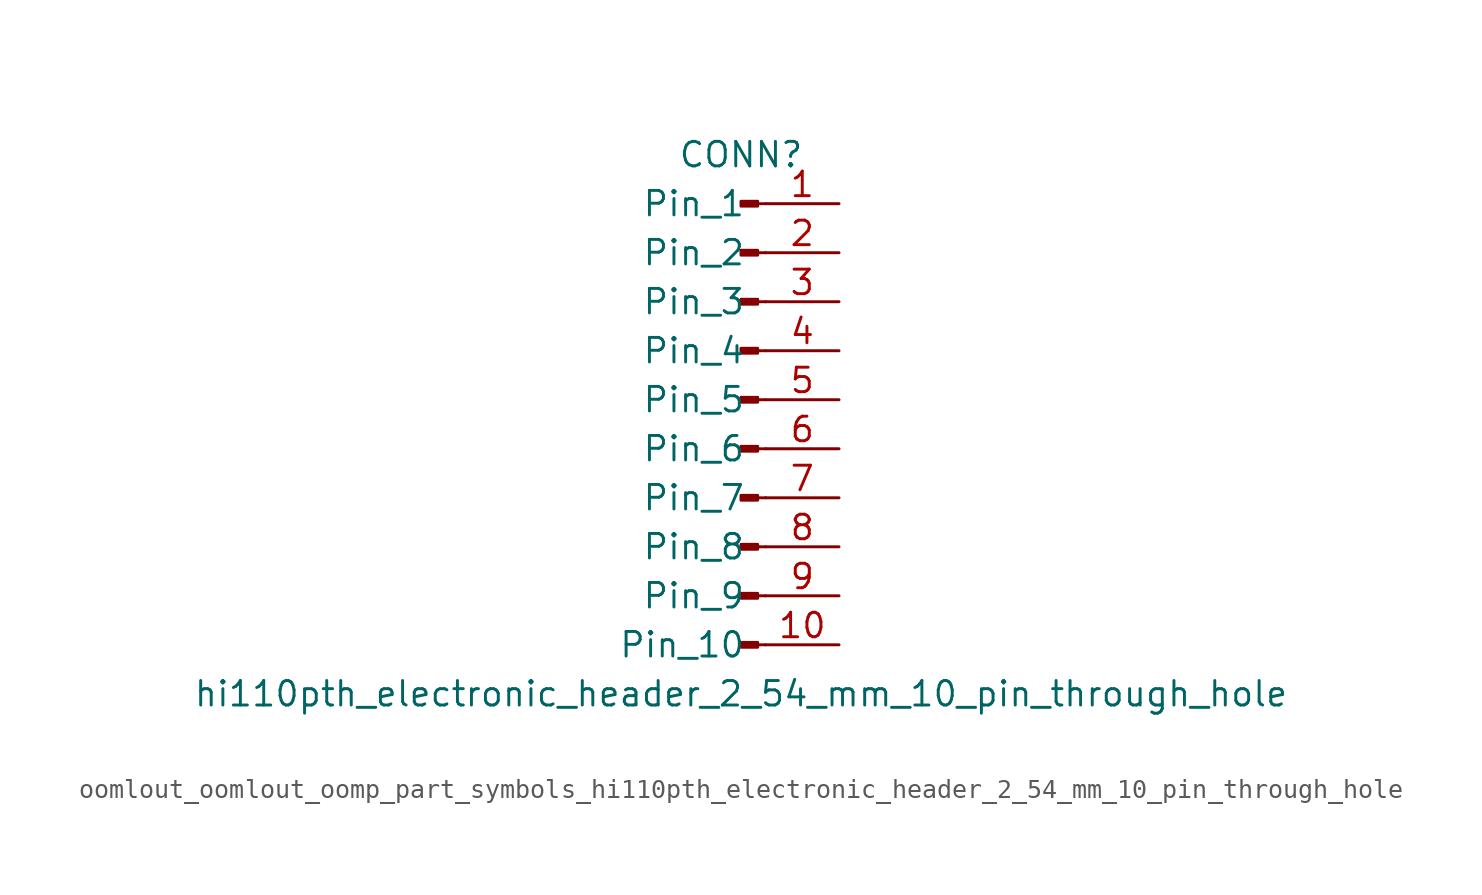
<source format=kicad_sym>
(kicad_symbol_lib
  (version 20220914)
  (generator kicad_symbol_editor)
  (symbol "oomlout_oomlout_oomp_part_symbols_hi110pth_electronic_header_2_54_mm_10_pin_through_hole"
    (pin_names
      (offset 1.016))
    (property "Reference" "CONN"
      (at 0 12.7 0)
      (effects (font (size 1.27 1.27))))
    (property "Value" "hi110pth_electronic_header_2_54_mm_10_pin_through_hole"
      (at 0 -15.24 0)
      (effects (font (size 1.27 1.27))))
    (property "ki_locked" ""
      (at 0 0 0)
      (effects (font (size 1.27 1.27))))
    (symbol "oomlout_oomlout_oomp_part_symbols_hi110pth_electronic_header_2_54_mm_10_pin_through_hole_1_1"
      (polyline (pts (xy 1.27 -12.7) (xy 0.864 -12.7)) (stroke (width 0.152) (type default)) (fill (type none)))
      (polyline (pts (xy 1.27 -10.16) (xy 0.864 -10.16)) (stroke (width 0.152) (type default)) (fill (type none)))
      (polyline (pts (xy 1.27 -7.62) (xy 0.864 -7.62)) (stroke (width 0.152) (type default)) (fill (type none)))
      (polyline (pts (xy 1.27 -5.08) (xy 0.864 -5.08)) (stroke (width 0.152) (type default)) (fill (type none)))
      (polyline (pts (xy 1.27 -2.54) (xy 0.864 -2.54)) (stroke (width 0.152) (type default)) (fill (type none)))
      (polyline (pts (xy 1.27 0) (xy 0.864 0)) (stroke (width 0.152) (type default)) (fill (type none)))
      (polyline (pts (xy 1.27 2.54) (xy 0.864 2.54)) (stroke (width 0.152) (type default)) (fill (type none)))
      (polyline (pts (xy 1.27 5.08) (xy 0.864 5.08)) (stroke (width 0.152) (type default)) (fill (type none)))
      (polyline (pts (xy 1.27 7.62) (xy 0.864 7.62)) (stroke (width 0.152) (type default)) (fill (type none)))
      (polyline (pts (xy 1.27 10.16) (xy 0.864 10.16)) (stroke (width 0.152) (type default)) (fill (type none)))
      (rectangle (start 0.864 -12.573) (end 0 -12.827) (stroke (width 0.152) (type default)) (fill (type outline)))
      (rectangle (start 0.864 -10.033) (end 0 -10.287) (stroke (width 0.152) (type default)) (fill (type outline)))
      (rectangle (start 0.864 -7.493) (end 0 -7.747) (stroke (width 0.152) (type default)) (fill (type outline)))
      (rectangle (start 0.864 -4.953) (end 0 -5.207) (stroke (width 0.152) (type default)) (fill (type outline)))
      (rectangle (start 0.864 -2.413) (end 0 -2.667) (stroke (width 0.152) (type default)) (fill (type outline)))
      (rectangle (start 0.864 0.127) (end 0 -0.127) (stroke (width 0.152) (type default)) (fill (type outline)))
      (rectangle (start 0.864 2.667) (end 0 2.413) (stroke (width 0.152) (type default)) (fill (type outline)))
      (rectangle (start 0.864 5.207) (end 0 4.953) (stroke (width 0.152) (type default)) (fill (type outline)))
      (rectangle (start 0.864 7.747) (end 0 7.493) (stroke (width 0.152) (type default)) (fill (type outline)))
      (rectangle (start 0.864 10.287) (end 0 10.033) (stroke (width 0.152) (type default)) (fill (type outline)))
      (pin passive line (at 5.08 10.16 180) (length 3.81) (name "Pin_1" (effects (font (size 1.27 1.27)))) (number "1" (effects (font (size 1.27 1.27)))))
      (pin passive line (at 5.08 -12.7 180) (length 3.81) (name "Pin_10" (effects (font (size 1.27 1.27)))) (number "10" (effects (font (size 1.27 1.27)))))
      (pin passive line (at 5.08 7.62 180) (length 3.81) (name "Pin_2" (effects (font (size 1.27 1.27)))) (number "2" (effects (font (size 1.27 1.27)))))
      (pin passive line (at 5.08 5.08 180) (length 3.81) (name "Pin_3" (effects (font (size 1.27 1.27)))) (number "3" (effects (font (size 1.27 1.27)))))
      (pin passive line (at 5.08 2.54 180) (length 3.81) (name "Pin_4" (effects (font (size 1.27 1.27)))) (number "4" (effects (font (size 1.27 1.27)))))
      (pin passive line (at 5.08 0 180) (length 3.81) (name "Pin_5" (effects (font (size 1.27 1.27)))) (number "5" (effects (font (size 1.27 1.27)))))
      (pin passive line (at 5.08 -2.54 180) (length 3.81) (name "Pin_6" (effects (font (size 1.27 1.27)))) (number "6" (effects (font (size 1.27 1.27)))))
      (pin passive line (at 5.08 -5.08 180) (length 3.81) (name "Pin_7" (effects (font (size 1.27 1.27)))) (number "7" (effects (font (size 1.27 1.27)))))
      (pin passive line (at 5.08 -7.62 180) (length 3.81) (name "Pin_8" (effects (font (size 1.27 1.27)))) (number "8" (effects (font (size 1.27 1.27)))))
      (pin passive line (at 5.08 -10.16 180) (length 3.81) (name "Pin_9" (effects (font (size 1.27 1.27)))) (number "9" (effects (font (size 1.27 1.27))))))))
</source>
